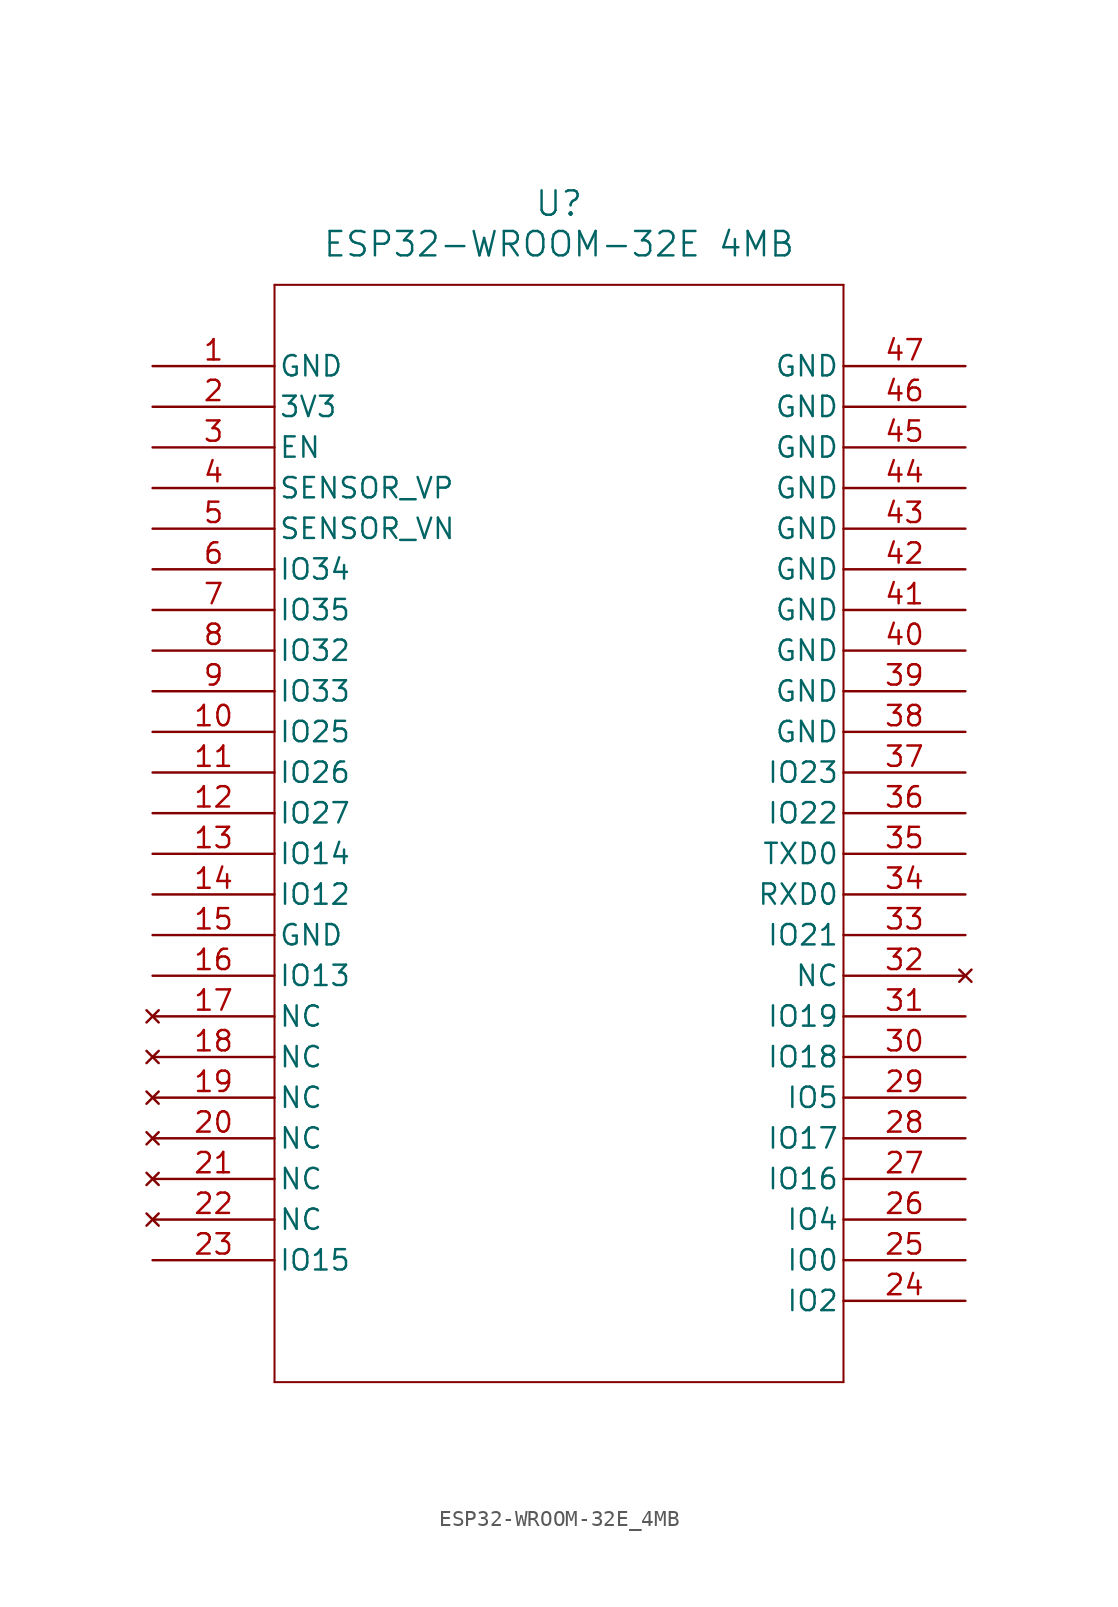
<source format=kicad_sym>
(kicad_symbol_lib
  (version 20241209)
  (generator "kicad_symbol_editor")
  (generator_version "9.0")
  (symbol "ESP32-WROOM-32E_4MB"
    (pin_names
      (offset 0.254))
    (property "Reference" "U"
      (at 0 36.83 0)
      (effects (font (size 1.524 1.524))))
    (property "Value" "ESP32-WROOM-32E 4MB"
      (at 0 34.29 0)
      (effects (font (size 1.524 1.524))))
    (property "ki_locked" ""
      (at 0 0 0)
      (effects (font (size 1.27 1.27))))
    (symbol "ESP32-WROOM-32E_4MB_0_1"
      (polyline (pts (xy -17.78 31.75) (xy -17.78 -36.83)) (stroke (width 0.127) (type default)) (fill (type none)))
      (polyline (pts (xy -17.78 -36.83) (xy 17.78 -36.83)) (stroke (width 0.127) (type default)) (fill (type none)))
      (polyline (pts (xy 17.78 31.75) (xy -17.78 31.75)) (stroke (width 0.127) (type default)) (fill (type none)))
      (polyline (pts (xy 17.78 -36.83) (xy 17.78 31.75)) (stroke (width 0.127) (type default)) (fill (type none)))
      (pin power_out line (at -25.4 26.67 0) (length 7.62) (name "GND" (effects (font (size 1.27 1.27)))) (number "1" (effects (font (size 1.27 1.27)))))
      (pin power_in line (at -25.4 24.13 0) (length 7.62) (name "3V3" (effects (font (size 1.27 1.27)))) (number "2" (effects (font (size 1.27 1.27)))))
      (pin input line (at -25.4 21.59 0) (length 7.62) (name "EN" (effects (font (size 1.27 1.27)))) (number "3" (effects (font (size 1.27 1.27)))))
      (pin input line (at -25.4 19.05 0) (length 7.62) (name "SENSOR_VP" (effects (font (size 1.27 1.27)))) (number "4" (effects (font (size 1.27 1.27)))))
      (pin input line (at -25.4 16.51 0) (length 7.62) (name "SENSOR_VN" (effects (font (size 1.27 1.27)))) (number "5" (effects (font (size 1.27 1.27)))))
      (pin input line (at -25.4 13.97 0) (length 7.62) (name "IO34" (effects (font (size 1.27 1.27)))) (number "6" (effects (font (size 1.27 1.27)))))
      (pin input line (at -25.4 11.43 0) (length 7.62) (name "IO35" (effects (font (size 1.27 1.27)))) (number "7" (effects (font (size 1.27 1.27)))))
      (pin bidirectional line (at -25.4 8.89 0) (length 7.62) (name "IO32" (effects (font (size 1.27 1.27)))) (number "8" (effects (font (size 1.27 1.27)))))
      (pin bidirectional line (at -25.4 6.35 0) (length 7.62) (name "IO33" (effects (font (size 1.27 1.27)))) (number "9" (effects (font (size 1.27 1.27)))))
      (pin bidirectional line (at -25.4 3.81 0) (length 7.62) (name "IO25" (effects (font (size 1.27 1.27)))) (number "10" (effects (font (size 1.27 1.27)))))
      (pin bidirectional line (at -25.4 1.27 0) (length 7.62) (name "IO26" (effects (font (size 1.27 1.27)))) (number "11" (effects (font (size 1.27 1.27)))))
      (pin bidirectional line (at -25.4 -1.27 0) (length 7.62) (name "IO27" (effects (font (size 1.27 1.27)))) (number "12" (effects (font (size 1.27 1.27)))))
      (pin bidirectional line (at -25.4 -3.81 0) (length 7.62) (name "IO14" (effects (font (size 1.27 1.27)))) (number "13" (effects (font (size 1.27 1.27)))))
      (pin bidirectional line (at -25.4 -6.35 0) (length 7.62) (name "IO12" (effects (font (size 1.27 1.27)))) (number "14" (effects (font (size 1.27 1.27)))))
      (pin power_out line (at -25.4 -8.89 0) (length 7.62) (name "GND" (effects (font (size 1.27 1.27)))) (number "15" (effects (font (size 1.27 1.27)))))
      (pin bidirectional line (at -25.4 -11.43 0) (length 7.62) (name "IO13" (effects (font (size 1.27 1.27)))) (number "16" (effects (font (size 1.27 1.27)))))
      (pin no_connect line (at -25.4 -13.97 0) (length 7.62) (name "NC" (effects (font (size 1.27 1.27)))) (number "17" (effects (font (size 1.27 1.27)))))
      (pin no_connect line (at -25.4 -16.51 0) (length 7.62) (name "NC" (effects (font (size 1.27 1.27)))) (number "18" (effects (font (size 1.27 1.27)))))
      (pin no_connect line (at -25.4 -19.05 0) (length 7.62) (name "NC" (effects (font (size 1.27 1.27)))) (number "19" (effects (font (size 1.27 1.27)))))
      (pin no_connect line (at -25.4 -21.59 0) (length 7.62) (name "NC" (effects (font (size 1.27 1.27)))) (number "20" (effects (font (size 1.27 1.27)))))
      (pin no_connect line (at -25.4 -24.13 0) (length 7.62) (name "NC" (effects (font (size 1.27 1.27)))) (number "21" (effects (font (size 1.27 1.27)))))
      (pin no_connect line (at -25.4 -26.67 0) (length 7.62) (name "NC" (effects (font (size 1.27 1.27)))) (number "22" (effects (font (size 1.27 1.27)))))
      (pin bidirectional line (at -25.4 -29.21 0) (length 7.62) (name "IO15" (effects (font (size 1.27 1.27)))) (number "23" (effects (font (size 1.27 1.27)))))
      (pin power_out line (at 25.4 26.67 180) (length 7.62) (name "GND" (effects (font (size 1.27 1.27)))) (number "47" (effects (font (size 1.27 1.27)))))
      (pin power_out line (at 25.4 24.13 180) (length 7.62) (name "GND" (effects (font (size 1.27 1.27)))) (number "46" (effects (font (size 1.27 1.27)))))
      (pin power_out line (at 25.4 21.59 180) (length 7.62) (name "GND" (effects (font (size 1.27 1.27)))) (number "45" (effects (font (size 1.27 1.27)))))
      (pin power_out line (at 25.4 19.05 180) (length 7.62) (name "GND" (effects (font (size 1.27 1.27)))) (number "44" (effects (font (size 1.27 1.27)))))
      (pin power_out line (at 25.4 16.51 180) (length 7.62) (name "GND" (effects (font (size 1.27 1.27)))) (number "43" (effects (font (size 1.27 1.27)))))
      (pin power_out line (at 25.4 13.97 180) (length 7.62) (name "GND" (effects (font (size 1.27 1.27)))) (number "42" (effects (font (size 1.27 1.27)))))
      (pin power_out line (at 25.4 11.43 180) (length 7.62) (name "GND" (effects (font (size 1.27 1.27)))) (number "41" (effects (font (size 1.27 1.27)))))
      (pin power_out line (at 25.4 8.89 180) (length 7.62) (name "GND" (effects (font (size 1.27 1.27)))) (number "40" (effects (font (size 1.27 1.27)))))
      (pin power_out line (at 25.4 6.35 180) (length 7.62) (name "GND" (effects (font (size 1.27 1.27)))) (number "39" (effects (font (size 1.27 1.27)))))
      (pin power_out line (at 25.4 3.81 180) (length 7.62) (name "GND" (effects (font (size 1.27 1.27)))) (number "38" (effects (font (size 1.27 1.27)))))
      (pin bidirectional line (at 25.4 1.27 180) (length 7.62) (name "IO23" (effects (font (size 1.27 1.27)))) (number "37" (effects (font (size 1.27 1.27)))))
      (pin bidirectional line (at 25.4 -1.27 180) (length 7.62) (name "IO22" (effects (font (size 1.27 1.27)))) (number "36" (effects (font (size 1.27 1.27)))))
      (pin bidirectional line (at 25.4 -3.81 180) (length 7.62) (name "TXD0" (effects (font (size 1.27 1.27)))) (number "35" (effects (font (size 1.27 1.27)))))
      (pin bidirectional line (at 25.4 -6.35 180) (length 7.62) (name "RXD0" (effects (font (size 1.27 1.27)))) (number "34" (effects (font (size 1.27 1.27)))))
      (pin bidirectional line (at 25.4 -8.89 180) (length 7.62) (name "IO21" (effects (font (size 1.27 1.27)))) (number "33" (effects (font (size 1.27 1.27)))))
      (pin no_connect line (at 25.4 -11.43 180) (length 7.62) (name "NC" (effects (font (size 1.27 1.27)))) (number "32" (effects (font (size 1.27 1.27)))))
      (pin bidirectional line (at 25.4 -13.97 180) (length 7.62) (name "IO19" (effects (font (size 1.27 1.27)))) (number "31" (effects (font (size 1.27 1.27)))))
      (pin bidirectional line (at 25.4 -16.51 180) (length 7.62) (name "IO18" (effects (font (size 1.27 1.27)))) (number "30" (effects (font (size 1.27 1.27)))))
      (pin bidirectional line (at 25.4 -19.05 180) (length 7.62) (name "IO5" (effects (font (size 1.27 1.27)))) (number "29" (effects (font (size 1.27 1.27)))))
      (pin bidirectional line (at 25.4 -21.59 180) (length 7.62) (name "IO17" (effects (font (size 1.27 1.27)))) (number "28" (effects (font (size 1.27 1.27)))))
      (pin bidirectional line (at 25.4 -24.13 180) (length 7.62) (name "IO16" (effects (font (size 1.27 1.27)))) (number "27" (effects (font (size 1.27 1.27)))))
      (pin bidirectional line (at 25.4 -26.67 180) (length 7.62) (name "IO4" (effects (font (size 1.27 1.27)))) (number "26" (effects (font (size 1.27 1.27)))))
      (pin bidirectional line (at 25.4 -29.21 180) (length 7.62) (name "IO0" (effects (font (size 1.27 1.27)))) (number "25" (effects (font (size 1.27 1.27)))))
      (pin bidirectional line (at 25.4 -31.75 180) (length 7.62) (name "IO2" (effects (font (size 1.27 1.27)))) (number "24" (effects (font (size 1.27 1.27))))))))
</source>
